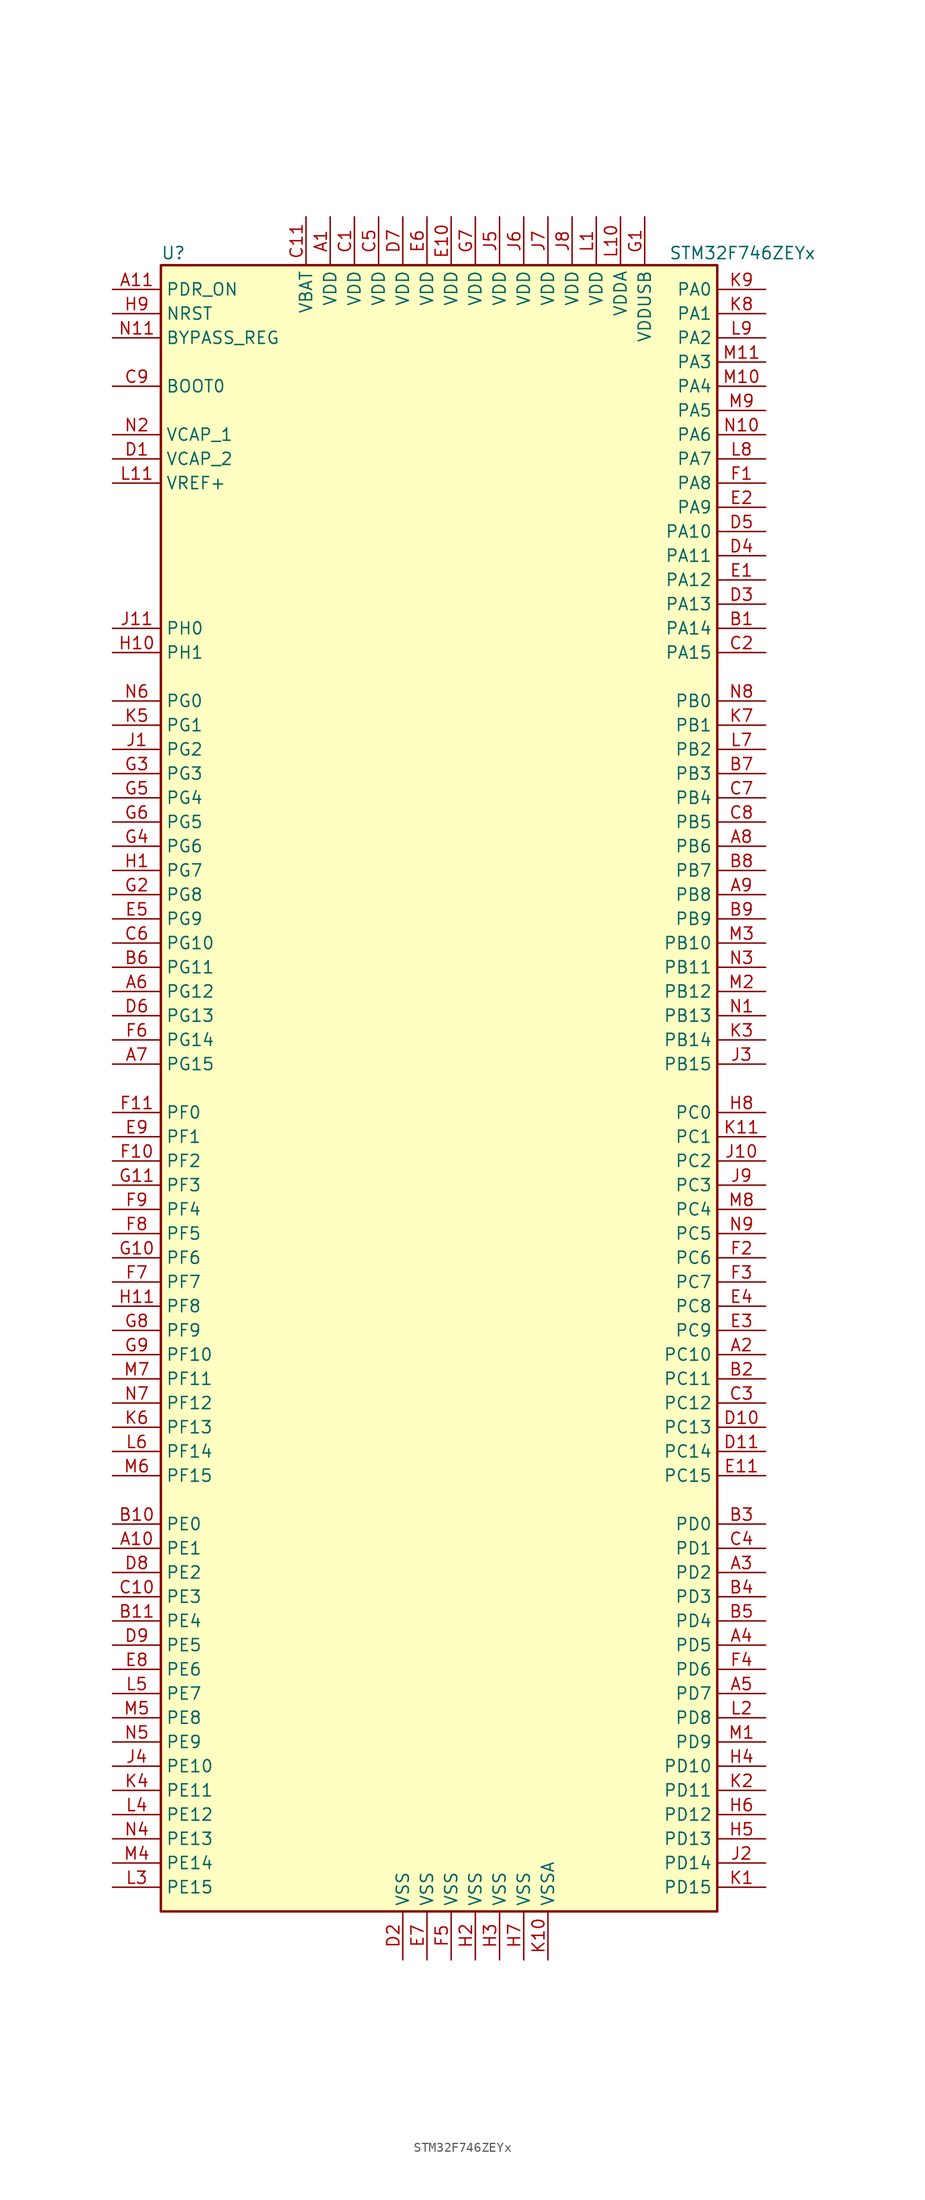
<source format=kicad_sym>
(kicad_symbol_lib
  (version 20201005)
  (generator kicad_symbol_editor)
  (symbol "STM32F746ZEYx"
    (property "Reference" "U"
      (at -30.48 87.63 0)
      (effects (font (size 1.27 1.27)) (justify left)))
    (property "Value" "STM32F746ZEYx"
      (at 22.86 87.63 0)
      (effects (font (size 1.27 1.27)) (justify left)))
    (symbol "STM32F746ZEYx_0_1"
      (rectangle (start -30.48 -86.36) (end 27.94 86.36) (stroke (width 0.254)) (fill (type background))))
    (symbol "STM32F746ZEYx_1_1"
      (pin power_in line (at -12.7 91.44 270) (length 5.08) (name "VDD" (effects (font (size 1.27 1.27)))) (number "A1" (effects (font (size 1.27 1.27)))))
      (pin bidirectional line (at -35.56 -48.26 0) (length 5.08) (name "PE1" (effects (font (size 1.27 1.27)))) (number "A10" (effects (font (size 1.27 1.27)))))
      (pin input line (at -35.56 83.82 0) (length 5.08) (name "PDR_ON" (effects (font (size 1.27 1.27)))) (number "A11" (effects (font (size 1.27 1.27)))))
      (pin bidirectional line (at 33.02 -27.94 180) (length 5.08) (name "PC10" (effects (font (size 1.27 1.27)))) (number "A2" (effects (font (size 1.27 1.27)))))
      (pin bidirectional line (at 33.02 -50.8 180) (length 5.08) (name "PD2" (effects (font (size 1.27 1.27)))) (number "A3" (effects (font (size 1.27 1.27)))))
      (pin bidirectional line (at 33.02 -58.42 180) (length 5.08) (name "PD5" (effects (font (size 1.27 1.27)))) (number "A4" (effects (font (size 1.27 1.27)))))
      (pin bidirectional line (at 33.02 -63.5 180) (length 5.08) (name "PD7" (effects (font (size 1.27 1.27)))) (number "A5" (effects (font (size 1.27 1.27)))))
      (pin bidirectional line (at -35.56 10.16 0) (length 5.08) (name "PG12" (effects (font (size 1.27 1.27)))) (number "A6" (effects (font (size 1.27 1.27)))))
      (pin bidirectional line (at -35.56 2.54 0) (length 5.08) (name "PG15" (effects (font (size 1.27 1.27)))) (number "A7" (effects (font (size 1.27 1.27)))))
      (pin bidirectional line (at 33.02 25.4 180) (length 5.08) (name "PB6" (effects (font (size 1.27 1.27)))) (number "A8" (effects (font (size 1.27 1.27)))))
      (pin bidirectional line (at 33.02 20.32 180) (length 5.08) (name "PB8" (effects (font (size 1.27 1.27)))) (number "A9" (effects (font (size 1.27 1.27)))))
      (pin bidirectional line (at 33.02 48.26 180) (length 5.08) (name "PA14" (effects (font (size 1.27 1.27)))) (number "B1" (effects (font (size 1.27 1.27)))))
      (pin bidirectional line (at -35.56 -45.72 0) (length 5.08) (name "PE0" (effects (font (size 1.27 1.27)))) (number "B10" (effects (font (size 1.27 1.27)))))
      (pin bidirectional line (at -35.56 -55.88 0) (length 5.08) (name "PE4" (effects (font (size 1.27 1.27)))) (number "B11" (effects (font (size 1.27 1.27)))))
      (pin bidirectional line (at 33.02 -30.48 180) (length 5.08) (name "PC11" (effects (font (size 1.27 1.27)))) (number "B2" (effects (font (size 1.27 1.27)))))
      (pin bidirectional line (at 33.02 -45.72 180) (length 5.08) (name "PD0" (effects (font (size 1.27 1.27)))) (number "B3" (effects (font (size 1.27 1.27)))))
      (pin bidirectional line (at 33.02 -53.34 180) (length 5.08) (name "PD3" (effects (font (size 1.27 1.27)))) (number "B4" (effects (font (size 1.27 1.27)))))
      (pin bidirectional line (at 33.02 -55.88 180) (length 5.08) (name "PD4" (effects (font (size 1.27 1.27)))) (number "B5" (effects (font (size 1.27 1.27)))))
      (pin bidirectional line (at -35.56 12.7 0) (length 5.08) (name "PG11" (effects (font (size 1.27 1.27)))) (number "B6" (effects (font (size 1.27 1.27)))))
      (pin bidirectional line (at 33.02 33.02 180) (length 5.08) (name "PB3" (effects (font (size 1.27 1.27)))) (number "B7" (effects (font (size 1.27 1.27)))))
      (pin bidirectional line (at 33.02 22.86 180) (length 5.08) (name "PB7" (effects (font (size 1.27 1.27)))) (number "B8" (effects (font (size 1.27 1.27)))))
      (pin bidirectional line (at 33.02 17.78 180) (length 5.08) (name "PB9" (effects (font (size 1.27 1.27)))) (number "B9" (effects (font (size 1.27 1.27)))))
      (pin power_in line (at -10.16 91.44 270) (length 5.08) (name "VDD" (effects (font (size 1.27 1.27)))) (number "C1" (effects (font (size 1.27 1.27)))))
      (pin bidirectional line (at -35.56 -53.34 0) (length 5.08) (name "PE3" (effects (font (size 1.27 1.27)))) (number "C10" (effects (font (size 1.27 1.27)))))
      (pin power_in line (at -15.24 91.44 270) (length 5.08) (name "VBAT" (effects (font (size 1.27 1.27)))) (number "C11" (effects (font (size 1.27 1.27)))))
      (pin bidirectional line (at 33.02 45.72 180) (length 5.08) (name "PA15" (effects (font (size 1.27 1.27)))) (number "C2" (effects (font (size 1.27 1.27)))))
      (pin bidirectional line (at 33.02 -33.02 180) (length 5.08) (name "PC12" (effects (font (size 1.27 1.27)))) (number "C3" (effects (font (size 1.27 1.27)))))
      (pin bidirectional line (at 33.02 -48.26 180) (length 5.08) (name "PD1" (effects (font (size 1.27 1.27)))) (number "C4" (effects (font (size 1.27 1.27)))))
      (pin power_in line (at -7.62 91.44 270) (length 5.08) (name "VDD" (effects (font (size 1.27 1.27)))) (number "C5" (effects (font (size 1.27 1.27)))))
      (pin bidirectional line (at -35.56 15.24 0) (length 5.08) (name "PG10" (effects (font (size 1.27 1.27)))) (number "C6" (effects (font (size 1.27 1.27)))))
      (pin bidirectional line (at 33.02 30.48 180) (length 5.08) (name "PB4" (effects (font (size 1.27 1.27)))) (number "C7" (effects (font (size 1.27 1.27)))))
      (pin bidirectional line (at 33.02 27.94 180) (length 5.08) (name "PB5" (effects (font (size 1.27 1.27)))) (number "C8" (effects (font (size 1.27 1.27)))))
      (pin input line (at -35.56 73.66 0) (length 5.08) (name "BOOT0" (effects (font (size 1.27 1.27)))) (number "C9" (effects (font (size 1.27 1.27)))))
      (pin power_in line (at -35.56 66.04 0) (length 5.08) (name "VCAP_2" (effects (font (size 1.27 1.27)))) (number "D1" (effects (font (size 1.27 1.27)))))
      (pin bidirectional line (at 33.02 -35.56 180) (length 5.08) (name "PC13" (effects (font (size 1.27 1.27)))) (number "D10" (effects (font (size 1.27 1.27)))))
      (pin bidirectional line (at 33.02 -38.1 180) (length 5.08) (name "PC14" (effects (font (size 1.27 1.27)))) (number "D11" (effects (font (size 1.27 1.27)))))
      (pin power_in line (at -5.08 -91.44 90) (length 5.08) (name "VSS" (effects (font (size 1.27 1.27)))) (number "D2" (effects (font (size 1.27 1.27)))))
      (pin bidirectional line (at 33.02 50.8 180) (length 5.08) (name "PA13" (effects (font (size 1.27 1.27)))) (number "D3" (effects (font (size 1.27 1.27)))))
      (pin bidirectional line (at 33.02 55.88 180) (length 5.08) (name "PA11" (effects (font (size 1.27 1.27)))) (number "D4" (effects (font (size 1.27 1.27)))))
      (pin bidirectional line (at 33.02 58.42 180) (length 5.08) (name "PA10" (effects (font (size 1.27 1.27)))) (number "D5" (effects (font (size 1.27 1.27)))))
      (pin bidirectional line (at -35.56 7.62 0) (length 5.08) (name "PG13" (effects (font (size 1.27 1.27)))) (number "D6" (effects (font (size 1.27 1.27)))))
      (pin power_in line (at -5.08 91.44 270) (length 5.08) (name "VDD" (effects (font (size 1.27 1.27)))) (number "D7" (effects (font (size 1.27 1.27)))))
      (pin bidirectional line (at -35.56 -50.8 0) (length 5.08) (name "PE2" (effects (font (size 1.27 1.27)))) (number "D8" (effects (font (size 1.27 1.27)))))
      (pin bidirectional line (at -35.56 -58.42 0) (length 5.08) (name "PE5" (effects (font (size 1.27 1.27)))) (number "D9" (effects (font (size 1.27 1.27)))))
      (pin bidirectional line (at 33.02 53.34 180) (length 5.08) (name "PA12" (effects (font (size 1.27 1.27)))) (number "E1" (effects (font (size 1.27 1.27)))))
      (pin power_in line (at 0 91.44 270) (length 5.08) (name "VDD" (effects (font (size 1.27 1.27)))) (number "E10" (effects (font (size 1.27 1.27)))))
      (pin bidirectional line (at 33.02 -40.64 180) (length 5.08) (name "PC15" (effects (font (size 1.27 1.27)))) (number "E11" (effects (font (size 1.27 1.27)))))
      (pin bidirectional line (at 33.02 60.96 180) (length 5.08) (name "PA9" (effects (font (size 1.27 1.27)))) (number "E2" (effects (font (size 1.27 1.27)))))
      (pin bidirectional line (at 33.02 -25.4 180) (length 5.08) (name "PC9" (effects (font (size 1.27 1.27)))) (number "E3" (effects (font (size 1.27 1.27)))))
      (pin bidirectional line (at 33.02 -22.86 180) (length 5.08) (name "PC8" (effects (font (size 1.27 1.27)))) (number "E4" (effects (font (size 1.27 1.27)))))
      (pin bidirectional line (at -35.56 17.78 0) (length 5.08) (name "PG9" (effects (font (size 1.27 1.27)))) (number "E5" (effects (font (size 1.27 1.27)))))
      (pin power_in line (at -2.54 91.44 270) (length 5.08) (name "VDD" (effects (font (size 1.27 1.27)))) (number "E6" (effects (font (size 1.27 1.27)))))
      (pin power_in line (at -2.54 -91.44 90) (length 5.08) (name "VSS" (effects (font (size 1.27 1.27)))) (number "E7" (effects (font (size 1.27 1.27)))))
      (pin bidirectional line (at -35.56 -60.96 0) (length 5.08) (name "PE6" (effects (font (size 1.27 1.27)))) (number "E8" (effects (font (size 1.27 1.27)))))
      (pin bidirectional line (at -35.56 -5.08 0) (length 5.08) (name "PF1" (effects (font (size 1.27 1.27)))) (number "E9" (effects (font (size 1.27 1.27)))))
      (pin bidirectional line (at 33.02 63.5 180) (length 5.08) (name "PA8" (effects (font (size 1.27 1.27)))) (number "F1" (effects (font (size 1.27 1.27)))))
      (pin bidirectional line (at -35.56 -7.62 0) (length 5.08) (name "PF2" (effects (font (size 1.27 1.27)))) (number "F10" (effects (font (size 1.27 1.27)))))
      (pin bidirectional line (at -35.56 -2.54 0) (length 5.08) (name "PF0" (effects (font (size 1.27 1.27)))) (number "F11" (effects (font (size 1.27 1.27)))))
      (pin bidirectional line (at 33.02 -17.78 180) (length 5.08) (name "PC6" (effects (font (size 1.27 1.27)))) (number "F2" (effects (font (size 1.27 1.27)))))
      (pin bidirectional line (at 33.02 -20.32 180) (length 5.08) (name "PC7" (effects (font (size 1.27 1.27)))) (number "F3" (effects (font (size 1.27 1.27)))))
      (pin bidirectional line (at 33.02 -60.96 180) (length 5.08) (name "PD6" (effects (font (size 1.27 1.27)))) (number "F4" (effects (font (size 1.27 1.27)))))
      (pin power_in line (at 0 -91.44 90) (length 5.08) (name "VSS" (effects (font (size 1.27 1.27)))) (number "F5" (effects (font (size 1.27 1.27)))))
      (pin bidirectional line (at -35.56 5.08 0) (length 5.08) (name "PG14" (effects (font (size 1.27 1.27)))) (number "F6" (effects (font (size 1.27 1.27)))))
      (pin bidirectional line (at -35.56 -20.32 0) (length 5.08) (name "PF7" (effects (font (size 1.27 1.27)))) (number "F7" (effects (font (size 1.27 1.27)))))
      (pin bidirectional line (at -35.56 -15.24 0) (length 5.08) (name "PF5" (effects (font (size 1.27 1.27)))) (number "F8" (effects (font (size 1.27 1.27)))))
      (pin bidirectional line (at -35.56 -12.7 0) (length 5.08) (name "PF4" (effects (font (size 1.27 1.27)))) (number "F9" (effects (font (size 1.27 1.27)))))
      (pin power_in line (at 20.32 91.44 270) (length 5.08) (name "VDDUSB" (effects (font (size 1.27 1.27)))) (number "G1" (effects (font (size 1.27 1.27)))))
      (pin bidirectional line (at -35.56 -17.78 0) (length 5.08) (name "PF6" (effects (font (size 1.27 1.27)))) (number "G10" (effects (font (size 1.27 1.27)))))
      (pin bidirectional line (at -35.56 -10.16 0) (length 5.08) (name "PF3" (effects (font (size 1.27 1.27)))) (number "G11" (effects (font (size 1.27 1.27)))))
      (pin bidirectional line (at -35.56 20.32 0) (length 5.08) (name "PG8" (effects (font (size 1.27 1.27)))) (number "G2" (effects (font (size 1.27 1.27)))))
      (pin bidirectional line (at -35.56 33.02 0) (length 5.08) (name "PG3" (effects (font (size 1.27 1.27)))) (number "G3" (effects (font (size 1.27 1.27)))))
      (pin bidirectional line (at -35.56 25.4 0) (length 5.08) (name "PG6" (effects (font (size 1.27 1.27)))) (number "G4" (effects (font (size 1.27 1.27)))))
      (pin bidirectional line (at -35.56 30.48 0) (length 5.08) (name "PG4" (effects (font (size 1.27 1.27)))) (number "G5" (effects (font (size 1.27 1.27)))))
      (pin bidirectional line (at -35.56 27.94 0) (length 5.08) (name "PG5" (effects (font (size 1.27 1.27)))) (number "G6" (effects (font (size 1.27 1.27)))))
      (pin power_in line (at 2.54 91.44 270) (length 5.08) (name "VDD" (effects (font (size 1.27 1.27)))) (number "G7" (effects (font (size 1.27 1.27)))))
      (pin bidirectional line (at -35.56 -25.4 0) (length 5.08) (name "PF9" (effects (font (size 1.27 1.27)))) (number "G8" (effects (font (size 1.27 1.27)))))
      (pin bidirectional line (at -35.56 -27.94 0) (length 5.08) (name "PF10" (effects (font (size 1.27 1.27)))) (number "G9" (effects (font (size 1.27 1.27)))))
      (pin bidirectional line (at -35.56 22.86 0) (length 5.08) (name "PG7" (effects (font (size 1.27 1.27)))) (number "H1" (effects (font (size 1.27 1.27)))))
      (pin input line (at -35.56 45.72 0) (length 5.08) (name "PH1" (effects (font (size 1.27 1.27)))) (number "H10" (effects (font (size 1.27 1.27)))))
      (pin bidirectional line (at -35.56 -22.86 0) (length 5.08) (name "PF8" (effects (font (size 1.27 1.27)))) (number "H11" (effects (font (size 1.27 1.27)))))
      (pin power_in line (at 2.54 -91.44 90) (length 5.08) (name "VSS" (effects (font (size 1.27 1.27)))) (number "H2" (effects (font (size 1.27 1.27)))))
      (pin power_in line (at 5.08 -91.44 90) (length 5.08) (name "VSS" (effects (font (size 1.27 1.27)))) (number "H3" (effects (font (size 1.27 1.27)))))
      (pin bidirectional line (at 33.02 -71.12 180) (length 5.08) (name "PD10" (effects (font (size 1.27 1.27)))) (number "H4" (effects (font (size 1.27 1.27)))))
      (pin bidirectional line (at 33.02 -78.74 180) (length 5.08) (name "PD13" (effects (font (size 1.27 1.27)))) (number "H5" (effects (font (size 1.27 1.27)))))
      (pin bidirectional line (at 33.02 -76.2 180) (length 5.08) (name "PD12" (effects (font (size 1.27 1.27)))) (number "H6" (effects (font (size 1.27 1.27)))))
      (pin power_in line (at 7.62 -91.44 90) (length 5.08) (name "VSS" (effects (font (size 1.27 1.27)))) (number "H7" (effects (font (size 1.27 1.27)))))
      (pin bidirectional line (at 33.02 -2.54 180) (length 5.08) (name "PC0" (effects (font (size 1.27 1.27)))) (number "H8" (effects (font (size 1.27 1.27)))))
      (pin input line (at -35.56 81.28 0) (length 5.08) (name "NRST" (effects (font (size 1.27 1.27)))) (number "H9" (effects (font (size 1.27 1.27)))))
      (pin bidirectional line (at -35.56 35.56 0) (length 5.08) (name "PG2" (effects (font (size 1.27 1.27)))) (number "J1" (effects (font (size 1.27 1.27)))))
      (pin bidirectional line (at 33.02 -7.62 180) (length 5.08) (name "PC2" (effects (font (size 1.27 1.27)))) (number "J10" (effects (font (size 1.27 1.27)))))
      (pin input line (at -35.56 48.26 0) (length 5.08) (name "PH0" (effects (font (size 1.27 1.27)))) (number "J11" (effects (font (size 1.27 1.27)))))
      (pin bidirectional line (at 33.02 -81.28 180) (length 5.08) (name "PD14" (effects (font (size 1.27 1.27)))) (number "J2" (effects (font (size 1.27 1.27)))))
      (pin bidirectional line (at 33.02 2.54 180) (length 5.08) (name "PB15" (effects (font (size 1.27 1.27)))) (number "J3" (effects (font (size 1.27 1.27)))))
      (pin bidirectional line (at -35.56 -71.12 0) (length 5.08) (name "PE10" (effects (font (size 1.27 1.27)))) (number "J4" (effects (font (size 1.27 1.27)))))
      (pin power_in line (at 5.08 91.44 270) (length 5.08) (name "VDD" (effects (font (size 1.27 1.27)))) (number "J5" (effects (font (size 1.27 1.27)))))
      (pin power_in line (at 7.62 91.44 270) (length 5.08) (name "VDD" (effects (font (size 1.27 1.27)))) (number "J6" (effects (font (size 1.27 1.27)))))
      (pin power_in line (at 10.16 91.44 270) (length 5.08) (name "VDD" (effects (font (size 1.27 1.27)))) (number "J7" (effects (font (size 1.27 1.27)))))
      (pin power_in line (at 12.7 91.44 270) (length 5.08) (name "VDD" (effects (font (size 1.27 1.27)))) (number "J8" (effects (font (size 1.27 1.27)))))
      (pin bidirectional line (at 33.02 -10.16 180) (length 5.08) (name "PC3" (effects (font (size 1.27 1.27)))) (number "J9" (effects (font (size 1.27 1.27)))))
      (pin bidirectional line (at 33.02 -83.82 180) (length 5.08) (name "PD15" (effects (font (size 1.27 1.27)))) (number "K1" (effects (font (size 1.27 1.27)))))
      (pin power_in line (at 10.16 -91.44 90) (length 5.08) (name "VSSA" (effects (font (size 1.27 1.27)))) (number "K10" (effects (font (size 1.27 1.27)))))
      (pin bidirectional line (at 33.02 -5.08 180) (length 5.08) (name "PC1" (effects (font (size 1.27 1.27)))) (number "K11" (effects (font (size 1.27 1.27)))))
      (pin bidirectional line (at 33.02 -73.66 180) (length 5.08) (name "PD11" (effects (font (size 1.27 1.27)))) (number "K2" (effects (font (size 1.27 1.27)))))
      (pin bidirectional line (at 33.02 5.08 180) (length 5.08) (name "PB14" (effects (font (size 1.27 1.27)))) (number "K3" (effects (font (size 1.27 1.27)))))
      (pin bidirectional line (at -35.56 -73.66 0) (length 5.08) (name "PE11" (effects (font (size 1.27 1.27)))) (number "K4" (effects (font (size 1.27 1.27)))))
      (pin bidirectional line (at -35.56 38.1 0) (length 5.08) (name "PG1" (effects (font (size 1.27 1.27)))) (number "K5" (effects (font (size 1.27 1.27)))))
      (pin bidirectional line (at -35.56 -35.56 0) (length 5.08) (name "PF13" (effects (font (size 1.27 1.27)))) (number "K6" (effects (font (size 1.27 1.27)))))
      (pin bidirectional line (at 33.02 38.1 180) (length 5.08) (name "PB1" (effects (font (size 1.27 1.27)))) (number "K7" (effects (font (size 1.27 1.27)))))
      (pin bidirectional line (at 33.02 81.28 180) (length 5.08) (name "PA1" (effects (font (size 1.27 1.27)))) (number "K8" (effects (font (size 1.27 1.27)))))
      (pin bidirectional line (at 33.02 83.82 180) (length 5.08) (name "PA0" (effects (font (size 1.27 1.27)))) (number "K9" (effects (font (size 1.27 1.27)))))
      (pin power_in line (at 15.24 91.44 270) (length 5.08) (name "VDD" (effects (font (size 1.27 1.27)))) (number "L1" (effects (font (size 1.27 1.27)))))
      (pin power_in line (at 17.78 91.44 270) (length 5.08) (name "VDDA" (effects (font (size 1.27 1.27)))) (number "L10" (effects (font (size 1.27 1.27)))))
      (pin power_in line (at -35.56 63.5 0) (length 5.08) (name "VREF+" (effects (font (size 1.27 1.27)))) (number "L11" (effects (font (size 1.27 1.27)))))
      (pin bidirectional line (at 33.02 -66.04 180) (length 5.08) (name "PD8" (effects (font (size 1.27 1.27)))) (number "L2" (effects (font (size 1.27 1.27)))))
      (pin bidirectional line (at -35.56 -83.82 0) (length 5.08) (name "PE15" (effects (font (size 1.27 1.27)))) (number "L3" (effects (font (size 1.27 1.27)))))
      (pin bidirectional line (at -35.56 -76.2 0) (length 5.08) (name "PE12" (effects (font (size 1.27 1.27)))) (number "L4" (effects (font (size 1.27 1.27)))))
      (pin bidirectional line (at -35.56 -63.5 0) (length 5.08) (name "PE7" (effects (font (size 1.27 1.27)))) (number "L5" (effects (font (size 1.27 1.27)))))
      (pin bidirectional line (at -35.56 -38.1 0) (length 5.08) (name "PF14" (effects (font (size 1.27 1.27)))) (number "L6" (effects (font (size 1.27 1.27)))))
      (pin bidirectional line (at 33.02 35.56 180) (length 5.08) (name "PB2" (effects (font (size 1.27 1.27)))) (number "L7" (effects (font (size 1.27 1.27)))))
      (pin bidirectional line (at 33.02 66.04 180) (length 5.08) (name "PA7" (effects (font (size 1.27 1.27)))) (number "L8" (effects (font (size 1.27 1.27)))))
      (pin bidirectional line (at 33.02 78.74 180) (length 5.08) (name "PA2" (effects (font (size 1.27 1.27)))) (number "L9" (effects (font (size 1.27 1.27)))))
      (pin bidirectional line (at 33.02 -68.58 180) (length 5.08) (name "PD9" (effects (font (size 1.27 1.27)))) (number "M1" (effects (font (size 1.27 1.27)))))
      (pin bidirectional line (at 33.02 73.66 180) (length 5.08) (name "PA4" (effects (font (size 1.27 1.27)))) (number "M10" (effects (font (size 1.27 1.27)))))
      (pin bidirectional line (at 33.02 76.2 180) (length 5.08) (name "PA3" (effects (font (size 1.27 1.27)))) (number "M11" (effects (font (size 1.27 1.27)))))
      (pin bidirectional line (at 33.02 10.16 180) (length 5.08) (name "PB12" (effects (font (size 1.27 1.27)))) (number "M2" (effects (font (size 1.27 1.27)))))
      (pin bidirectional line (at 33.02 15.24 180) (length 5.08) (name "PB10" (effects (font (size 1.27 1.27)))) (number "M3" (effects (font (size 1.27 1.27)))))
      (pin bidirectional line (at -35.56 -81.28 0) (length 5.08) (name "PE14" (effects (font (size 1.27 1.27)))) (number "M4" (effects (font (size 1.27 1.27)))))
      (pin bidirectional line (at -35.56 -66.04 0) (length 5.08) (name "PE8" (effects (font (size 1.27 1.27)))) (number "M5" (effects (font (size 1.27 1.27)))))
      (pin bidirectional line (at -35.56 -40.64 0) (length 5.08) (name "PF15" (effects (font (size 1.27 1.27)))) (number "M6" (effects (font (size 1.27 1.27)))))
      (pin bidirectional line (at -35.56 -30.48 0) (length 5.08) (name "PF11" (effects (font (size 1.27 1.27)))) (number "M7" (effects (font (size 1.27 1.27)))))
      (pin bidirectional line (at 33.02 -12.7 180) (length 5.08) (name "PC4" (effects (font (size 1.27 1.27)))) (number "M8" (effects (font (size 1.27 1.27)))))
      (pin bidirectional line (at 33.02 71.12 180) (length 5.08) (name "PA5" (effects (font (size 1.27 1.27)))) (number "M9" (effects (font (size 1.27 1.27)))))
      (pin bidirectional line (at 33.02 7.62 180) (length 5.08) (name "PB13" (effects (font (size 1.27 1.27)))) (number "N1" (effects (font (size 1.27 1.27)))))
      (pin bidirectional line (at 33.02 68.58 180) (length 5.08) (name "PA6" (effects (font (size 1.27 1.27)))) (number "N10" (effects (font (size 1.27 1.27)))))
      (pin input line (at -35.56 78.74 0) (length 5.08) (name "BYPASS_REG" (effects (font (size 1.27 1.27)))) (number "N11" (effects (font (size 1.27 1.27)))))
      (pin power_in line (at -35.56 68.58 0) (length 5.08) (name "VCAP_1" (effects (font (size 1.27 1.27)))) (number "N2" (effects (font (size 1.27 1.27)))))
      (pin bidirectional line (at 33.02 12.7 180) (length 5.08) (name "PB11" (effects (font (size 1.27 1.27)))) (number "N3" (effects (font (size 1.27 1.27)))))
      (pin bidirectional line (at -35.56 -78.74 0) (length 5.08) (name "PE13" (effects (font (size 1.27 1.27)))) (number "N4" (effects (font (size 1.27 1.27)))))
      (pin bidirectional line (at -35.56 -68.58 0) (length 5.08) (name "PE9" (effects (font (size 1.27 1.27)))) (number "N5" (effects (font (size 1.27 1.27)))))
      (pin bidirectional line (at -35.56 40.64 0) (length 5.08) (name "PG0" (effects (font (size 1.27 1.27)))) (number "N6" (effects (font (size 1.27 1.27)))))
      (pin bidirectional line (at -35.56 -33.02 0) (length 5.08) (name "PF12" (effects (font (size 1.27 1.27)))) (number "N7" (effects (font (size 1.27 1.27)))))
      (pin bidirectional line (at 33.02 40.64 180) (length 5.08) (name "PB0" (effects (font (size 1.27 1.27)))) (number "N8" (effects (font (size 1.27 1.27)))))
      (pin bidirectional line (at 33.02 -15.24 180) (length 5.08) (name "PC5" (effects (font (size 1.27 1.27)))) (number "N9" (effects (font (size 1.27 1.27))))))))
</source>
